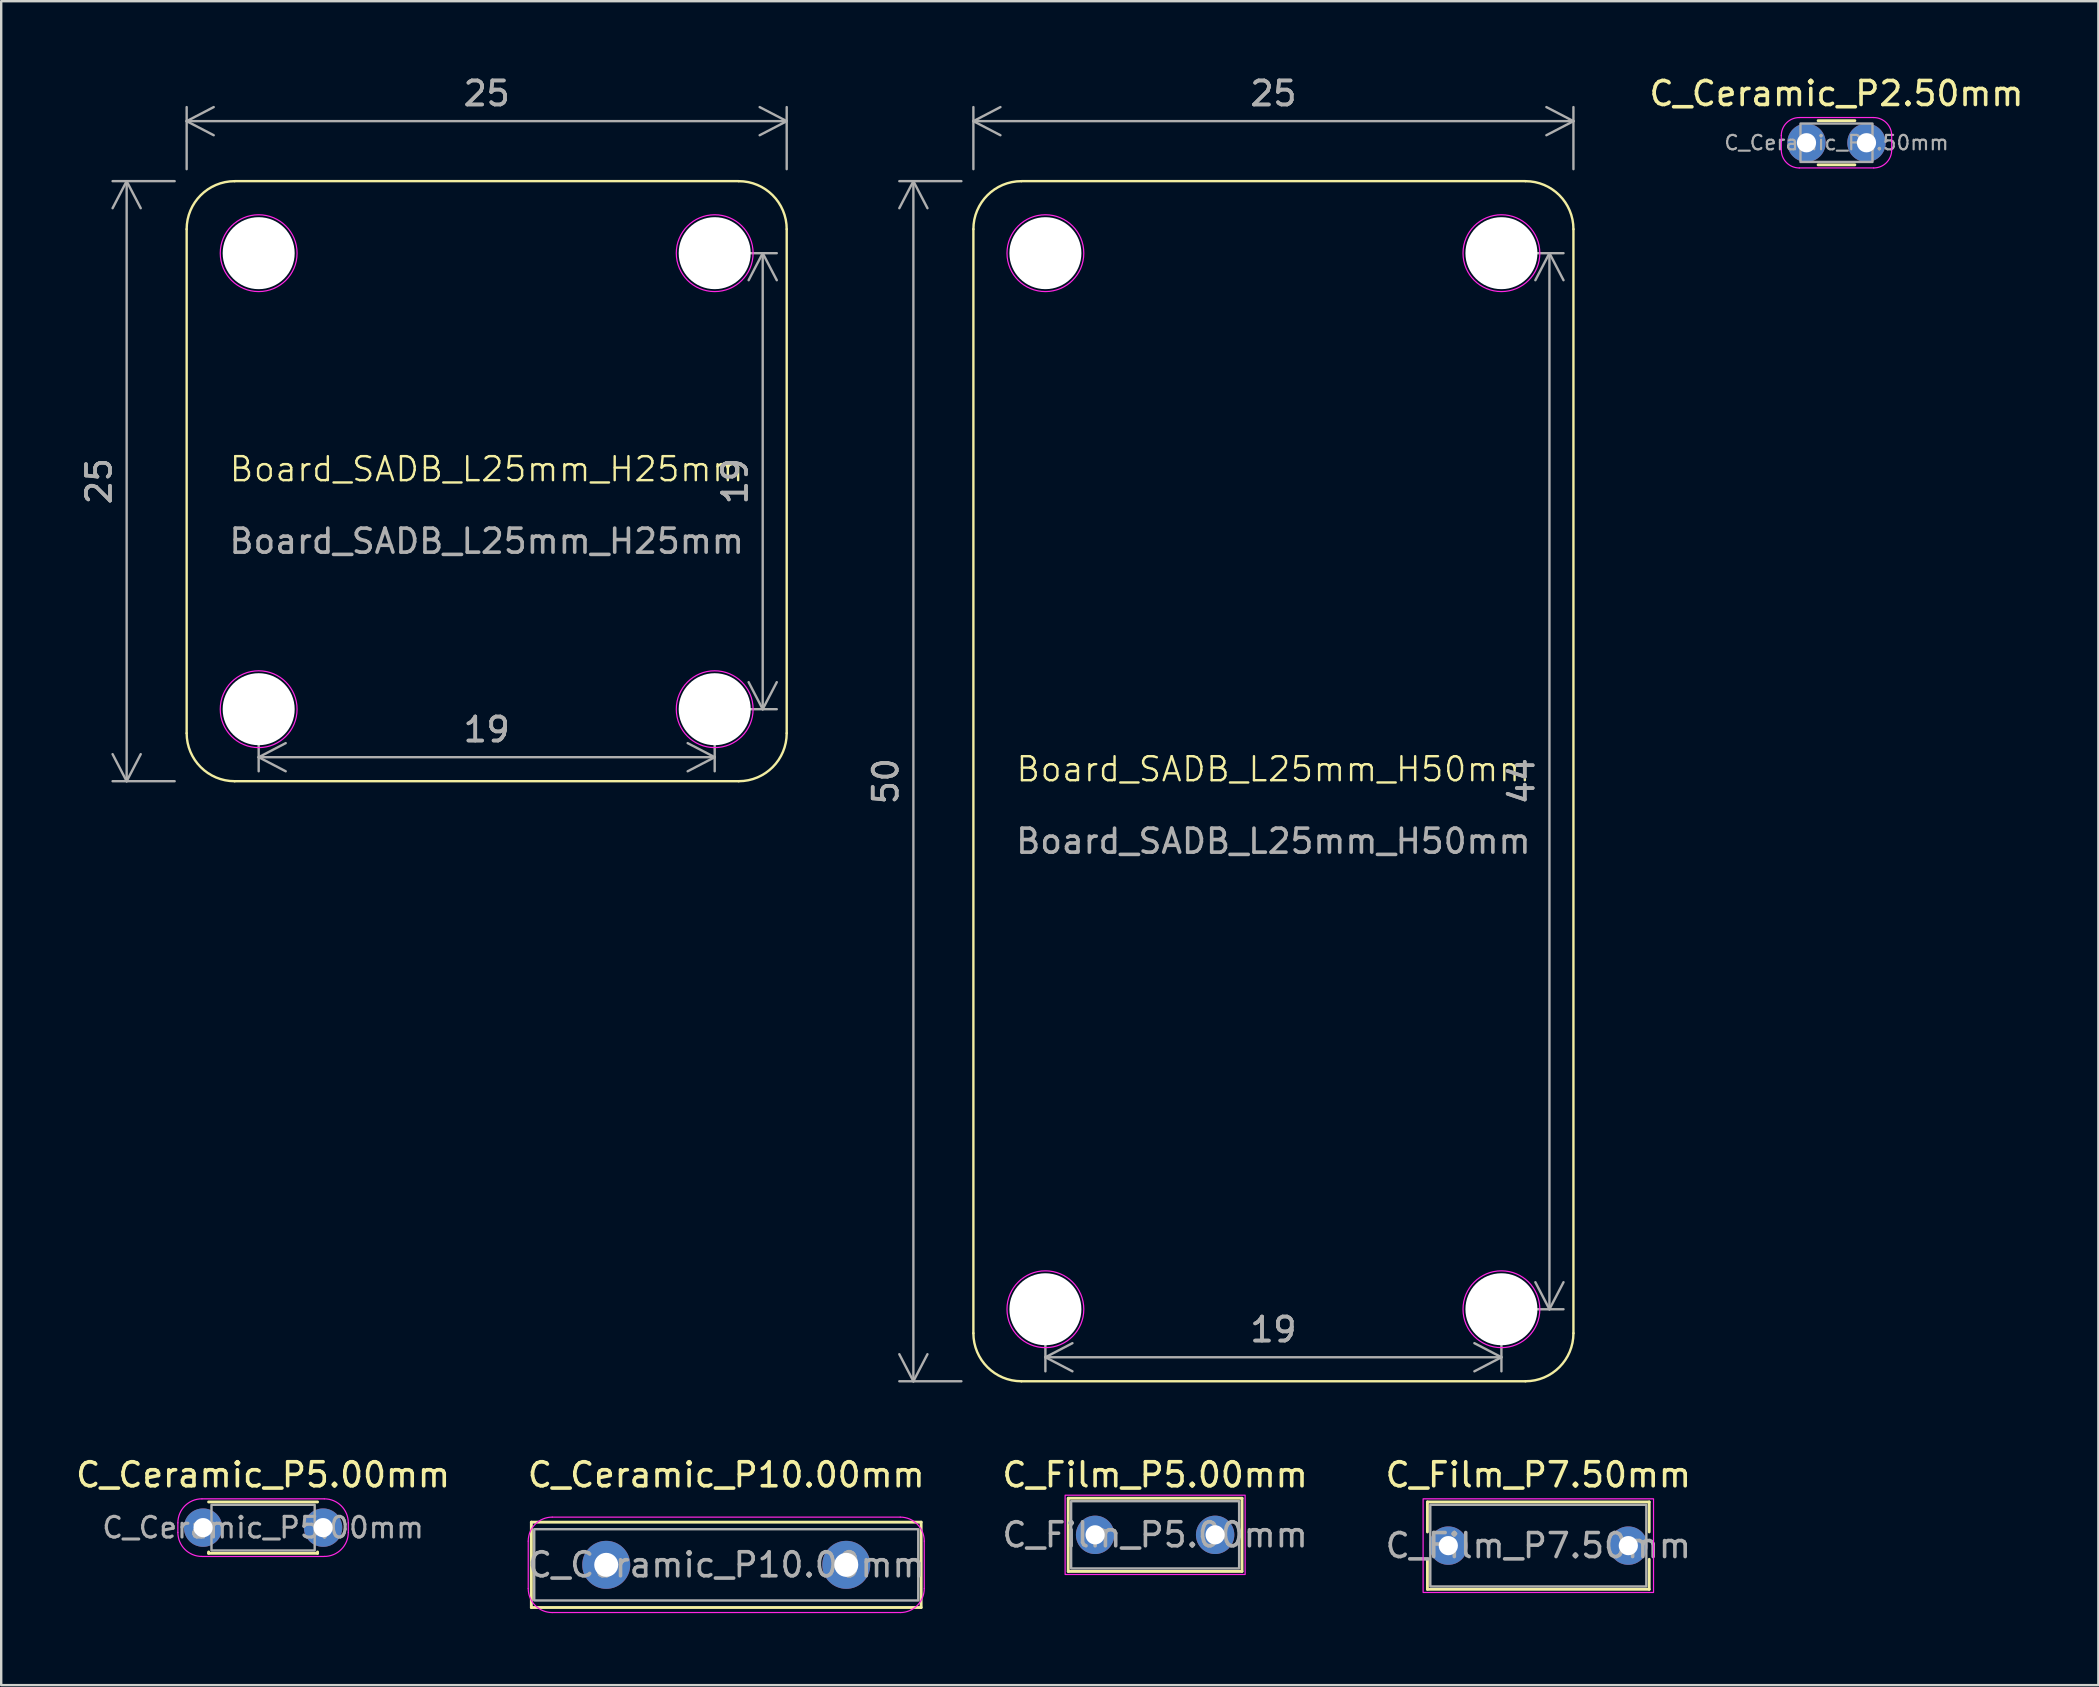
<source format=kicad_pcb>
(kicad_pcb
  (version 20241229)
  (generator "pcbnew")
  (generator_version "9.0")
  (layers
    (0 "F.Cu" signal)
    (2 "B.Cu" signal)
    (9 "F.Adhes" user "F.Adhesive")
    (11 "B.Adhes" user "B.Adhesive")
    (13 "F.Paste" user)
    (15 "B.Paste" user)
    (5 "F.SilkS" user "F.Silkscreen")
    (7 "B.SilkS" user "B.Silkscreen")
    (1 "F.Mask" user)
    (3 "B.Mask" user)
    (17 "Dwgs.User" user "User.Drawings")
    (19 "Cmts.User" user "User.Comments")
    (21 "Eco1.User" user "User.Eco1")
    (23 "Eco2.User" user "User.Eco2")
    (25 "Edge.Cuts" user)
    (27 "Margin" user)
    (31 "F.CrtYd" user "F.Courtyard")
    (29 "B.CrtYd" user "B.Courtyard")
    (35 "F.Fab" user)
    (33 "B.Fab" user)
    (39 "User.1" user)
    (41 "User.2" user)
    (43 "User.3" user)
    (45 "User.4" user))
  (footprint "Board_SADB_L25mm_H25mm"
    (layer "F.Cu")
    (at 17.227 16.998)
    (property "Reference" "Board_SADB_L25mm_H25mm" (at 0 -0.5 0) (unlocked yes) (layer "F.SilkS") (effects (font (size 1 1) (thickness 0.1))))
    (attr through_hole)
    (fp_line (start -12.5 10.5) (end -12.5 -10.5) (stroke (width 0.1) (type default)) (layer "F.SilkS"))
    (fp_line (start -10.5 -12.5) (end 10.5 -12.5) (stroke (width 0.1) (type default)) (layer "F.SilkS"))
    (fp_line (start 10.5 12.5) (end -10.5 12.5) (stroke (width 0.1) (type default)) (layer "F.SilkS"))
    (fp_line (start 12.5 -10.5) (end 12.5 10.5) (stroke (width 0.1) (type default)) (layer "F.SilkS"))
    (fp_arc (start -12.5 -10.5) (mid -11.914214 -11.914214) (end -10.5 -12.5) (stroke (width 0.1) (type default)) (layer "F.SilkS"))
    (fp_arc (start -10.5 12.5) (mid -11.914214 11.914214) (end -12.5 10.5) (stroke (width 0.1) (type default)) (layer "F.SilkS"))
    (fp_arc (start 10.5 -12.5) (mid 11.914214 -11.914214) (end 12.5 -10.5) (stroke (width 0.1) (type default)) (layer "F.SilkS"))
    (fp_arc (start 12.5 10.5) (mid 11.914214 11.914214) (end 10.5 12.5) (stroke (width 0.1) (type default)) (layer "F.SilkS"))
    (fp_circle (center -9.5 -9.5) (end -7.9 -9.5) (stroke (width 0.05) (type default)) (fill no) (layer "F.CrtYd"))
    (fp_circle (center -9.5 9.5) (end -7.9 9.5) (stroke (width 0.05) (type default)) (fill no) (layer "F.CrtYd"))
    (fp_circle (center 9.5 -9.5) (end 11.1 -9.5) (stroke (width 0.05) (type default)) (fill no) (layer "F.CrtYd"))
    (fp_circle (center 9.5 9.5) (end 11.1 9.5) (stroke (width 0.05) (type default)) (fill no) (layer "F.CrtYd"))
    (fp_text user "${REFERENCE}" (at 0 2.5 0) (unlocked yes) (layer "F.Fab") (effects (font (size 1 1) (thickness 0.15))))
    (dimension (type orthogonal) (layer "F.Fab") (pts (xy 26.727 26.498) (xy 7.727 26.498)) (height 2) (orientation 0) (format (prefix "") (suffix "") (units 3) (units_format 0) (precision 4) (suppress_zeroes yes)) (style (thickness 0.1) (arrow_length 1.27) (text_position_mode 0) (arrow_direction outward) (extension_height 0.586) (extension_offset 0.5) (keep_text_aligned yes)) (gr_text "19" (at 17.227 27.348 0) (layer "F.Fab") (effects (font (size 1 1) (thickness 0.15)))))
    (dimension (type orthogonal) (layer "F.Fab") (pts (xy 4.727 4.498) (xy 29.727 4.498)) (height -2.5) (orientation 0) (format (prefix "") (suffix "") (units 3) (units_format 0) (precision 4) (suppress_zeroes yes)) (style (thickness 0.1) (arrow_length 1.27) (text_position_mode 0) (arrow_direction outward) (extension_height 0.586) (extension_offset 0.5) (keep_text_aligned yes)) (gr_text "25" (at 17.227 0.848 0) (layer "F.Fab") (effects (font (size 1 1) (thickness 0.15)))))
    (dimension (type orthogonal) (layer "F.Fab") (pts (xy 26.727 26.498) (xy 26.727 7.498)) (height 2) (orientation 1) (format (prefix "") (suffix "") (units 3) (units_format 0) (precision 4) (suppress_zeroes yes)) (style (thickness 0.1) (arrow_length 1.27) (text_position_mode 0) (arrow_direction outward) (extension_height 0.586) (extension_offset 0.5) (keep_text_aligned yes)) (gr_text "19" (at 27.577 16.998 90) (layer "F.Fab") (effects (font (size 1 1) (thickness 0.15)))))
    (dimension (type orthogonal) (layer "F.Fab") (pts (xy 4.727 4.498) (xy 4.727 29.498)) (height -2.5) (orientation 1) (format (prefix "") (suffix "") (units 3) (units_format 0) (precision 4) (suppress_zeroes yes)) (style (thickness 0.1) (arrow_length 1.27) (text_position_mode 0) (arrow_direction outward) (extension_height 0.586) (extension_offset 0.5) (keep_text_aligned yes)) (gr_text "25" (at 1.077 16.998 90) (layer "F.Fab") (effects (font (size 1 1) (thickness 0.15)))))
    (pad "" np_thru_hole circle (at -9.5 -9.5) (size 3 3) (drill 3) (layers "*.Cu" "*.Mask"))
    (pad "" np_thru_hole circle (at -9.5 9.5) (size 3 3) (drill 3) (layers "*.Cu" "*.Mask"))
    (pad "" np_thru_hole circle (at 9.5 -9.5) (size 3 3) (drill 3) (layers "*.Cu" "*.Mask"))
    (pad "" np_thru_hole circle (at 9.5 9.5) (size 3 3) (drill 3) (layers "*.Cu" "*.Mask")))
  (footprint "C_Ceramic_P5.00mm"
    (layer "F.Cu")
    (at 5.411 60.597)
    (property "Reference" "C_Ceramic_P5.00mm" (at 2.5 -2.2 0) (layer "F.SilkS") (effects (font (size 1 1) (thickness 0.15))))
    (attr through_hole)
    (fp_line (start 0.23 -1.07) (end 4.77 -1.07) (stroke (width 0.12) (type solid)) (layer "F.SilkS"))
    (fp_line (start 0.23 1.014) (end 0.23 1.07) (stroke (width 0.12) (type solid)) (layer "F.SilkS"))
    (fp_line (start 0.23 1.07) (end 4.77 1.07) (stroke (width 0.12) (type solid)) (layer "F.SilkS"))
    (fp_line (start 4.77 1.014) (end 4.77 1.07) (stroke (width 0.12) (type solid)) (layer "F.SilkS"))
    (fp_line (start -1.05 0.2) (end -1.05 -0.2) (stroke (width 0.05) (type default)) (layer "F.CrtYd"))
    (fp_line (start -0.05 -1.2) (end 5.05 -1.2) (stroke (width 0.05) (type default)) (layer "F.CrtYd"))
    (fp_line (start 5.05 1.2) (end -0.05 1.2) (stroke (width 0.05) (type default)) (layer "F.CrtYd"))
    (fp_line (start 6.05 -0.2) (end 6.05 0.2) (stroke (width 0.05) (type default)) (layer "F.CrtYd"))
    (fp_arc (start -1.05 -0.2) (mid -0.757107 -0.907107) (end -0.05 -1.2) (stroke (width 0.05) (type default)) (layer "F.CrtYd"))
    (fp_arc (start -0.05 1.2) (mid -0.757107 0.907107) (end -1.05 0.2) (stroke (width 0.05) (type default)) (layer "F.CrtYd"))
    (fp_arc (start 5.05 -1.2) (mid 5.757107 -0.907107) (end 6.05 -0.2) (stroke (width 0.05) (type default)) (layer "F.CrtYd"))
    (fp_arc (start 6.05 0.2) (mid 5.757107 0.907107) (end 5.05 1.2) (stroke (width 0.05) (type default)) (layer "F.CrtYd"))
    (fp_rect (start 0.35 -0.95) (end 4.65 0.95) (stroke (width 0.1) (type solid)) (fill no) (layer "F.Fab"))
    (fp_text user "${REFERENCE}" (at 2.5 0 0) (layer "F.Fab") (effects (font (size 0.86 0.86) (thickness 0.129))))
    (pad "1" thru_hole circle (at 0 0) (size 1.6 1.6) (drill 0.8) (layers "*.Cu" "*.Mask"))
    (pad "2" thru_hole circle (at 5 0) (size 1.6 1.6) (drill 0.8) (layers "*.Cu" "*.Mask")))
  (footprint "C_Ceramic_P10.00mm"
    (layer "F.Cu")
    (at 22.208 62.147)
    (property "Reference" "C_Ceramic_P10.00mm" (at 5 -3.75 0) (layer "F.SilkS") (effects (font (size 1 1) (thickness 0.15))))
    (attr through_hole)
    (fp_line (start -3.12 -1.778) (end -3.12 1.778) (stroke (width 0.12) (type solid)) (layer "F.SilkS"))
    (fp_line (start -3.12 -1.778) (end 13.12 -1.778) (stroke (width 0.12) (type solid)) (layer "F.SilkS"))
    (fp_line (start -3.12 1.778) (end 13.12 1.778) (stroke (width 0.12) (type solid)) (layer "F.SilkS"))
    (fp_line (start 13.12 -1.778) (end 13.12 1.778) (stroke (width 0.12) (type solid)) (layer "F.SilkS"))
    (fp_line (start -3.25 0.988) (end -3.25 -0.988) (stroke (width 0.05) (type default)) (layer "F.CrtYd"))
    (fp_line (start -2.25 -1.988) (end 12.25 -1.988) (stroke (width 0.05) (type default)) (layer "F.CrtYd"))
    (fp_line (start 12.25 1.988) (end -2.25 1.988) (stroke (width 0.05) (type default)) (layer "F.CrtYd"))
    (fp_line (start 13.25 -0.988) (end 13.25 0.988) (stroke (width 0.05) (type default)) (layer "F.CrtYd"))
    (fp_arc (start -3.25 -0.988) (mid -2.957107 -1.695107) (end -2.25 -1.988) (stroke (width 0.05) (type default)) (layer "F.CrtYd"))
    (fp_arc (start -2.25 1.988) (mid -2.957107 1.695107) (end -3.25 0.988) (stroke (width 0.05) (type default)) (layer "F.CrtYd"))
    (fp_arc (start 12.25 -1.988) (mid 12.957107 -1.695107) (end 13.25 -0.988) (stroke (width 0.05) (type default)) (layer "F.CrtYd"))
    (fp_arc (start 13.25 0.988) (mid 12.957107 1.695107) (end 12.25 1.988) (stroke (width 0.05) (type default)) (layer "F.CrtYd"))
    (fp_rect (start -3 -1.484) (end 13 1.484) (stroke (width 0.1) (type solid)) (fill no) (layer "F.Fab"))
    (fp_text user "${REFERENCE}" (at 5 0 0) (layer "F.Fab") (effects (font (size 1 1) (thickness 0.15))))
    (pad "1" thru_hole circle (at 0 0) (size 2 2) (drill 1) (layers "*.Cu" "*.Mask"))
    (pad "2" thru_hole circle (at 10 0) (size 2 2) (drill 1) (layers "*.Cu" "*.Mask")))
  (footprint "C_Ceramic_P2.50mm"
    (layer "F.Cu")
    (at 72.215 2.898)
    (property "Reference" "C_Ceramic_P2.50mm" (at 1.25 -2.05 0) (layer "F.SilkS") (effects (font (size 1 1) (thickness 0.15))))
    (attr through_hole)
    (fp_line (start 0.485 -0.92) (end 2.015 -0.92) (stroke (width 0.12) (type solid)) (layer "F.SilkS"))
    (fp_line (start 0.485 0.92) (end 2.015 0.92) (stroke (width 0.12) (type solid)) (layer "F.SilkS"))
    (fp_line (start -1.05 0.3) (end -1.05 -0.3) (stroke (width 0.05) (type default)) (layer "F.CrtYd"))
    (fp_line (start -0.3 -1.05) (end 2.8 -1.05) (stroke (width 0.05) (type default)) (layer "F.CrtYd"))
    (fp_line (start 2.8 1.05) (end -0.3 1.05) (stroke (width 0.05) (type default)) (layer "F.CrtYd"))
    (fp_line (start 3.55 -0.3) (end 3.55 0.3) (stroke (width 0.05) (type default)) (layer "F.CrtYd"))
    (fp_arc (start -1.05 -0.3) (mid -0.83033 -0.83033) (end -0.3 -1.05) (stroke (width 0.05) (type default)) (layer "F.CrtYd"))
    (fp_arc (start -0.3 1.05) (mid -0.83033 0.83033) (end -1.05 0.3) (stroke (width 0.05) (type default)) (layer "F.CrtYd"))
    (fp_arc (start 2.8 -1.05) (mid 3.33033 -0.83033) (end 3.55 -0.3) (stroke (width 0.05) (type default)) (layer "F.CrtYd"))
    (fp_arc (start 3.55 0.3) (mid 3.33033 0.83033) (end 2.8 1.05) (stroke (width 0.05) (type default)) (layer "F.CrtYd"))
    (fp_rect (start -0.25 -0.8) (end 2.75 0.8) (stroke (width 0.1) (type solid)) (fill no) (layer "F.Fab"))
    (fp_text user "${REFERENCE}" (at 1.25 0 0) (layer "F.Fab") (effects (font (size 0.6 0.6) (thickness 0.09))))
    (pad "1" thru_hole circle (at 0 0) (size 1.6 1.6) (drill 0.8) (layers "*.Cu" "*.Mask"))
    (pad "2" thru_hole circle (at 2.5 0) (size 1.6 1.6) (drill 0.8) (layers "*.Cu" "*.Mask")))
  (footprint "Board_SADB_L25mm_H50mm"
    (layer "F.Cu")
    (at 50.005 29.498)
    (property "Reference" "Board_SADB_L25mm_H50mm" (at 0 -0.5 0) (unlocked yes) (layer "F.SilkS") (effects (font (size 1 1) (thickness 0.1))))
    (attr through_hole)
    (fp_line (start -12.5 23) (end -12.5 -23) (stroke (width 0.1) (type default)) (layer "F.SilkS"))
    (fp_line (start -10.5 -25) (end 10.5 -25) (stroke (width 0.1) (type default)) (layer "F.SilkS"))
    (fp_line (start 10.5 25) (end -10.5 25) (stroke (width 0.1) (type default)) (layer "F.SilkS"))
    (fp_line (start 12.5 -23) (end 12.5 23) (stroke (width 0.1) (type default)) (layer "F.SilkS"))
    (fp_arc (start -12.5 -23) (mid -11.914214 -24.414214) (end -10.5 -25) (stroke (width 0.1) (type default)) (layer "F.SilkS"))
    (fp_arc (start -10.5 25) (mid -11.914214 24.414214) (end -12.5 23) (stroke (width 0.1) (type default)) (layer "F.SilkS"))
    (fp_arc (start 10.5 -25) (mid 11.914214 -24.414214) (end 12.5 -23) (stroke (width 0.1) (type default)) (layer "F.SilkS"))
    (fp_arc (start 12.5 23) (mid 11.914214 24.414214) (end 10.5 25) (stroke (width 0.1) (type default)) (layer "F.SilkS"))
    (fp_circle (center -9.5 -22) (end -7.9 -22) (stroke (width 0.05) (type default)) (fill no) (layer "F.CrtYd"))
    (fp_circle (center -9.5 22) (end -7.9 22) (stroke (width 0.05) (type default)) (fill no) (layer "F.CrtYd"))
    (fp_circle (center 9.5 -22) (end 11.1 -22) (stroke (width 0.05) (type default)) (fill no) (layer "F.CrtYd"))
    (fp_circle (center 9.5 22) (end 11.1 22) (stroke (width 0.05) (type default)) (fill no) (layer "F.CrtYd"))
    (fp_text user "${REFERENCE}" (at 0 2.5 0) (unlocked yes) (layer "F.Fab") (effects (font (size 1 1) (thickness 0.15))))
    (dimension (type orthogonal) (layer "F.Fab") (pts (xy 59.505 51.498) (xy 59.505 7.498)) (height 2) (orientation 1) (format (prefix "") (suffix "") (units 3) (units_format 0) (precision 4) (suppress_zeroes yes)) (style (thickness 0.1) (arrow_length 1.27) (text_position_mode 0) (arrow_direction outward) (extension_height 0.586) (extension_offset 0.5) (keep_text_aligned yes)) (gr_text "44" (at 60.355 29.498 90) (layer "F.Fab") (effects (font (size 1 1) (thickness 0.15)))))
    (dimension (type orthogonal) (layer "F.Fab") (pts (xy 59.505 51.498) (xy 40.505 51.498)) (height 2) (orientation 0) (format (prefix "") (suffix "") (units 3) (units_format 0) (precision 4) (suppress_zeroes yes)) (style (thickness 0.1) (arrow_length 1.27) (text_position_mode 0) (arrow_direction outward) (extension_height 0.586) (extension_offset 0.5) (keep_text_aligned yes)) (gr_text "19" (at 50.005 52.348 0) (layer "F.Fab") (effects (font (size 1 1) (thickness 0.15)))))
    (dimension (type orthogonal) (layer "F.Fab") (pts (xy 37.505 54.498) (xy 37.505 4.498)) (height -2.5) (orientation 1) (format (prefix "") (suffix "") (units 3) (units_format 0) (precision 4) (suppress_zeroes yes)) (style (thickness 0.1) (arrow_length 1.27) (text_position_mode 0) (arrow_direction outward) (extension_height 0.586) (extension_offset 0.5) (keep_text_aligned yes)) (gr_text "50" (at 33.855 29.498 90) (layer "F.Fab") (effects (font (size 1 1) (thickness 0.15)))))
    (dimension (type orthogonal) (layer "F.Fab") (pts (xy 37.505 4.498) (xy 62.505 4.498)) (height -2.5) (orientation 0) (format (prefix "") (suffix "") (units 3) (units_format 0) (precision 4) (suppress_zeroes yes)) (style (thickness 0.1) (arrow_length 1.27) (text_position_mode 0) (arrow_direction outward) (extension_height 0.586) (extension_offset 0.5) (keep_text_aligned yes)) (gr_text "25" (at 50.005 0.848 0) (layer "F.Fab") (effects (font (size 1 1) (thickness 0.15)))))
    (pad "" np_thru_hole circle (at -9.5 -22) (size 3 3) (drill 3) (layers "*.Cu" "*.Mask"))
    (pad "" np_thru_hole circle (at -9.5 22) (size 3 3) (drill 3) (layers "*.Cu" "*.Mask"))
    (pad "" np_thru_hole circle (at 9.5 -22) (size 3 3) (drill 3) (layers "*.Cu" "*.Mask"))
    (pad "" np_thru_hole circle (at 9.5 22) (size 3 3) (drill 3) (layers "*.Cu" "*.Mask")))
  (footprint "C_Film_P7.50mm"
    (layer "F.Cu")
    (at 57.292 61.347)
    (property "Reference" "C_Film_P7.50mm" (at 3.75 -2.95 0) (layer "F.SilkS") (effects (font (size 1 1) (thickness 0.15))))
    (attr through_hole)
    (fp_line (start -0.87 -1.82) (end -0.87 -0.57) (stroke (width 0.12) (type solid)) (layer "F.SilkS"))
    (fp_line (start -0.87 -1.82) (end 8.37 -1.82) (stroke (width 0.12) (type solid)) (layer "F.SilkS"))
    (fp_line (start -0.87 0.57) (end -0.87 1.82) (stroke (width 0.12) (type solid)) (layer "F.SilkS"))
    (fp_line (start -0.87 1.82) (end 8.37 1.82) (stroke (width 0.12) (type solid)) (layer "F.SilkS"))
    (fp_line (start 8.37 -1.82) (end 8.37 -0.57) (stroke (width 0.12) (type solid)) (layer "F.SilkS"))
    (fp_line (start 8.37 0.57) (end 8.37 1.82) (stroke (width 0.12) (type solid)) (layer "F.SilkS"))
    (fp_rect (start -1.05 -1.95) (end 8.55 1.95) (stroke (width 0.05) (type solid)) (fill no) (layer "F.CrtYd"))
    (fp_rect (start -0.75 -1.7) (end 8.25 1.7) (stroke (width 0.1) (type solid)) (fill no) (layer "F.Fab"))
    (fp_text user "${REFERENCE}" (at 3.75 0 0) (layer "F.Fab") (effects (font (size 1 1) (thickness 0.15))))
    (pad "1" thru_hole circle (at 0 0) (size 1.6 1.6) (drill 0.8) (layers "*.Cu" "*.Mask"))
    (pad "2" thru_hole circle (at 7.5 0) (size 1.6 1.6) (drill 0.8) (layers "*.Cu" "*.Mask")))
  (footprint "C_Film_P5.00mm"
    (layer "F.Cu")
    (at 42.577 60.897)
    (property "Reference" "C_Film_P5.00mm" (at 2.5 -2.5 0) (layer "F.SilkS") (effects (font (size 1 1) (thickness 0.15))))
    (attr through_hole)
    (fp_line (start -1.12 -1.524) (end -1.12 1.524) (stroke (width 0.12) (type solid)) (layer "F.SilkS"))
    (fp_line (start -1.12 -1.524) (end 6.12 -1.524) (stroke (width 0.12) (type solid)) (layer "F.SilkS"))
    (fp_line (start -1.12 1.524) (end 6.12 1.524) (stroke (width 0.12) (type solid)) (layer "F.SilkS"))
    (fp_line (start 6.12 -1.524) (end 6.12 1.524) (stroke (width 0.12) (type solid)) (layer "F.SilkS"))
    (fp_rect (start -1.25 -1.652) (end 6.25 1.652) (stroke (width 0.05) (type solid)) (fill no) (layer "F.CrtYd"))
    (fp_rect (start -1 -1.402) (end 6 1.402) (stroke (width 0.1) (type solid)) (fill no) (layer "F.Fab"))
    (fp_text user "${REFERENCE}" (at 2.5 0 0) (layer "F.Fab") (effects (font (size 1 1) (thickness 0.15))))
    (pad "1" thru_hole circle (at 0 0) (size 1.6 1.6) (drill 0.8) (layers "*.Cu" "*.Mask"))
    (pad "2" thru_hole circle (at 5 0) (size 1.6 1.6) (drill 0.8) (layers "*.Cu" "*.Mask")))
  (gr_rect
    (start -3 -3)
    (end 84.376 67.16)
    (stroke (width 0.1) (type default))
    (fill no)
    (layer "Edge.Cuts")))
</source>
